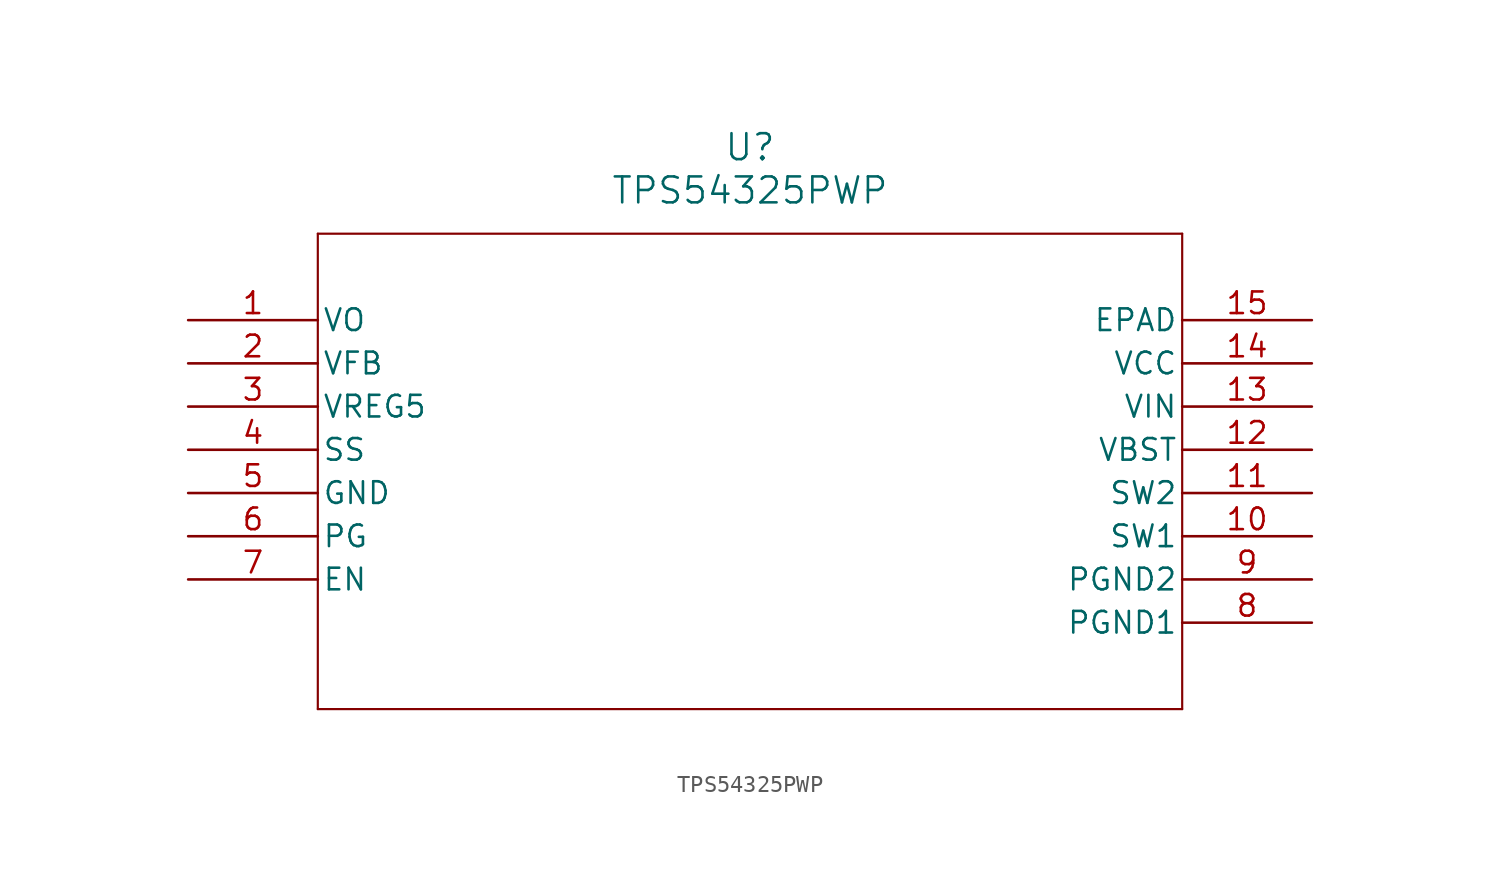
<source format=kicad_sym>
(kicad_symbol_lib
  (version 20211014)
  (generator kicad_symbol_editor)
  (symbol "TPS54325PWP"
    (pin_names
      (offset 0.254))
    (property "Reference" "U"
      (at 33.02 10.16 0)
      (effects (font (size 1.524 1.524))))
    (property "Value" "TPS54325PWP"
      (at 33.02 7.62 0)
      (effects (font (size 1.524 1.524))))
    (symbol "TPS54325PWP_0_1"
      (polyline (pts (xy 7.62 5.08) (xy 7.62 -22.86)) (stroke (width 0.127) (type default) (color 0 0 0 0)) (fill (type none)))
      (polyline (pts (xy 7.62 -22.86) (xy 58.42 -22.86)) (stroke (width 0.127) (type default) (color 0 0 0 0)) (fill (type none)))
      (polyline (pts (xy 58.42 -22.86) (xy 58.42 5.08)) (stroke (width 0.127) (type default) (color 0 0 0 0)) (fill (type none)))
      (polyline (pts (xy 58.42 5.08) (xy 7.62 5.08)) (stroke (width 0.127) (type default) (color 0 0 0 0)) (fill (type none)))
      (pin output line (at 0 0 0) (length 7.62) (name "VO" (effects (font (size 1.27 1.27)))) (number "1" (effects (font (size 1.27 1.27)))))
      (pin input line (at 0 -2.54 0) (length 7.62) (name "VFB" (effects (font (size 1.27 1.27)))) (number "2" (effects (font (size 1.27 1.27)))))
      (pin output line (at 0 -5.08 0) (length 7.62) (name "VREG5" (effects (font (size 1.27 1.27)))) (number "3" (effects (font (size 1.27 1.27)))))
      (pin unspecified line (at 0 -7.62 0) (length 7.62) (name "SS" (effects (font (size 1.27 1.27)))) (number "4" (effects (font (size 1.27 1.27)))))
      (pin power_in line (at 0 -10.16 0) (length 7.62) (name "GND" (effects (font (size 1.27 1.27)))) (number "5" (effects (font (size 1.27 1.27)))))
      (pin output line (at 0 -12.7 0) (length 7.62) (name "PG" (effects (font (size 1.27 1.27)))) (number "6" (effects (font (size 1.27 1.27)))))
      (pin input line (at 0 -15.24 0) (length 7.62) (name "EN" (effects (font (size 1.27 1.27)))) (number "7" (effects (font (size 1.27 1.27)))))
      (pin power_in line (at 66.04 -17.78 180) (length 7.62) (name "PGND1" (effects (font (size 1.27 1.27)))) (number "8" (effects (font (size 1.27 1.27)))))
      (pin power_in line (at 66.04 -15.24 180) (length 7.62) (name "PGND2" (effects (font (size 1.27 1.27)))) (number "9" (effects (font (size 1.27 1.27)))))
      (pin unspecified line (at 66.04 -12.7 180) (length 7.62) (name "SW1" (effects (font (size 1.27 1.27)))) (number "10" (effects (font (size 1.27 1.27)))))
      (pin unspecified line (at 66.04 -10.16 180) (length 7.62) (name "SW2" (effects (font (size 1.27 1.27)))) (number "11" (effects (font (size 1.27 1.27)))))
      (pin input line (at 66.04 -7.62 180) (length 7.62) (name "VBST" (effects (font (size 1.27 1.27)))) (number "12" (effects (font (size 1.27 1.27)))))
      (pin input line (at 66.04 -5.08 180) (length 7.62) (name "VIN" (effects (font (size 1.27 1.27)))) (number "13" (effects (font (size 1.27 1.27)))))
      (pin input line (at 66.04 -2.54 180) (length 7.62) (name "VCC" (effects (font (size 1.27 1.27)))) (number "14" (effects (font (size 1.27 1.27)))))
      (pin unspecified line (at 66.04 0 180) (length 7.62) (name "EPAD" (effects (font (size 1.27 1.27)))) (number "15" (effects (font (size 1.27 1.27))))))))
</source>
